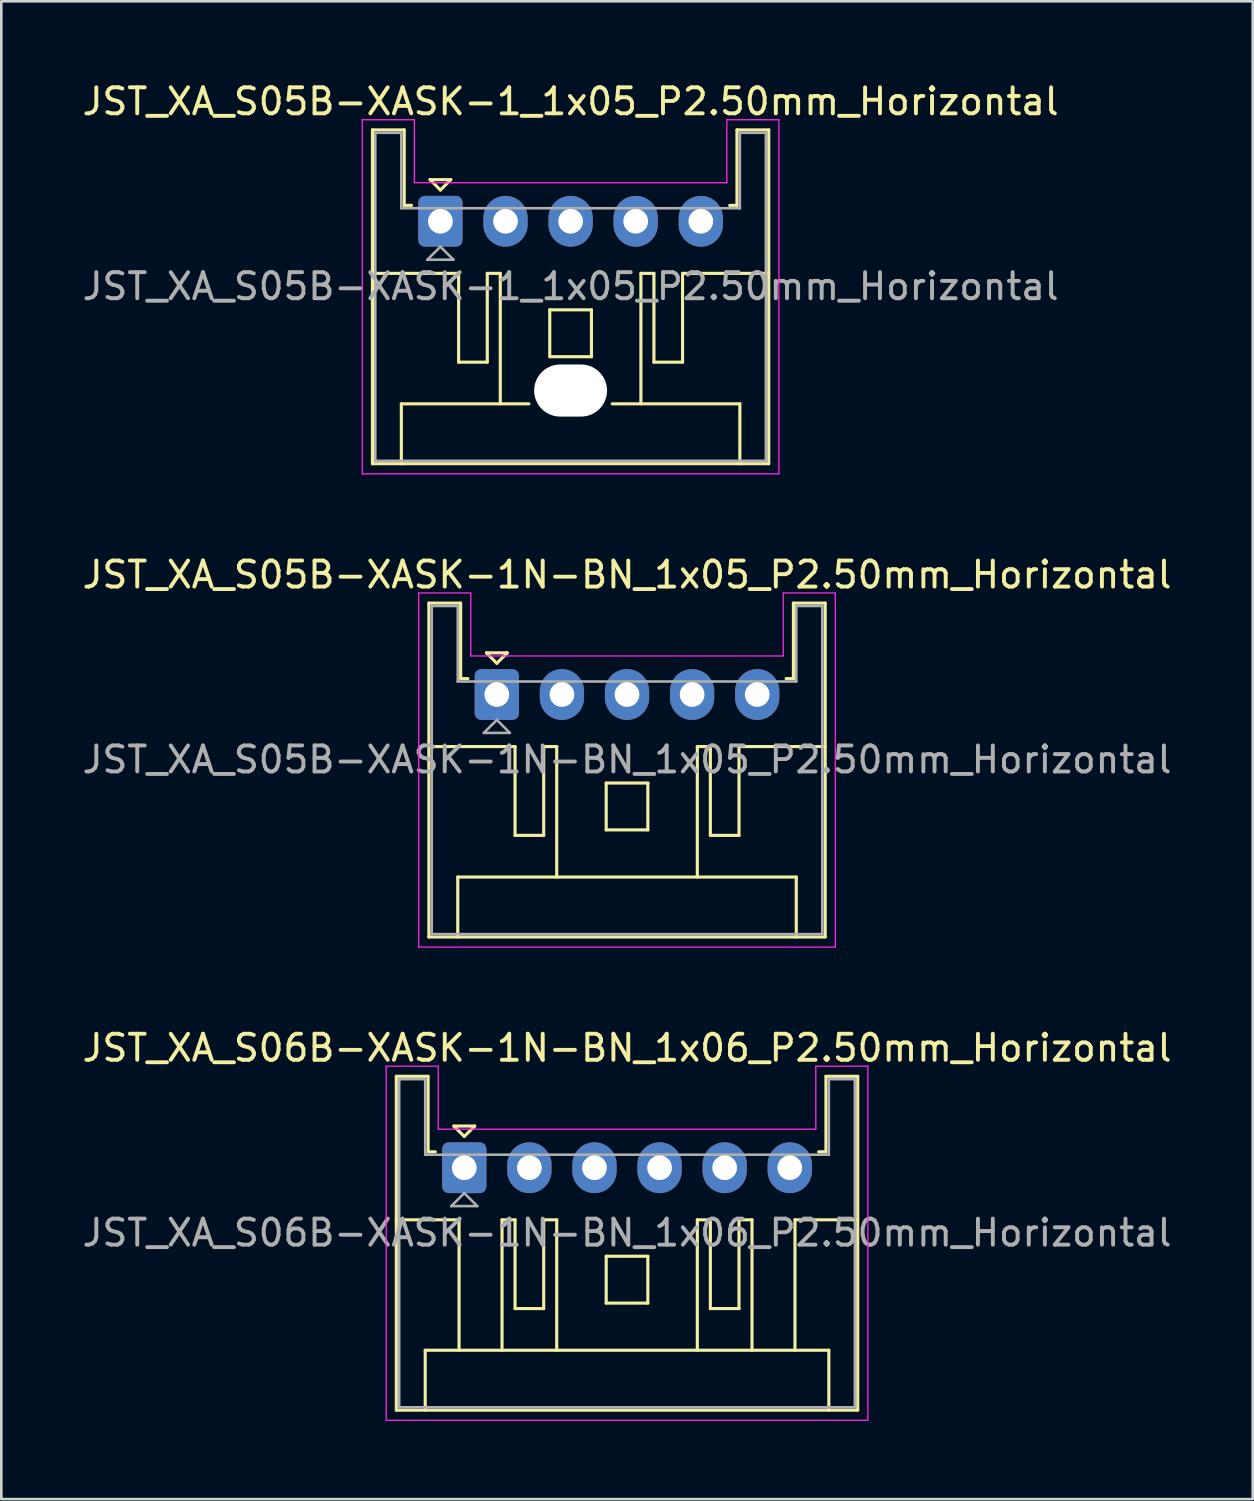
<source format=kicad_pcb>
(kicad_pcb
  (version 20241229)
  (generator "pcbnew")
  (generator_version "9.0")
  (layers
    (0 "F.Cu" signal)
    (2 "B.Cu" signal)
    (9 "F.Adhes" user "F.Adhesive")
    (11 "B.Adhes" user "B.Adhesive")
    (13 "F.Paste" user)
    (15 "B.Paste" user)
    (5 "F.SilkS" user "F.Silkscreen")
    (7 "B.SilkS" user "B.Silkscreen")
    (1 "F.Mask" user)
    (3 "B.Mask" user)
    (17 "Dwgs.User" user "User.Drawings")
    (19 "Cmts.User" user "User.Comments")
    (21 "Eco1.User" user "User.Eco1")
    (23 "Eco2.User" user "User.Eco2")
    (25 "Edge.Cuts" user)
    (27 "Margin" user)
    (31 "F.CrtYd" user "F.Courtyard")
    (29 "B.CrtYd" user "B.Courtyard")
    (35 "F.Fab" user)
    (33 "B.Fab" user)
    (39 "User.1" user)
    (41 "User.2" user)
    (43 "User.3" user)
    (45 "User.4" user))
  (footprint "JST_XA_S05B-XASK-1N-BN_1x05_P2.50mm_Horizontal"
    (layer "F.Cu")
    (at 16.03 23.622)
    (property "Reference" "JST_XA_S05B-XASK-1N-BN_1x05_P2.50mm_Horizontal" (at 5 -4.6 0) (layer "F.SilkS") (effects (font (size 1 1) (thickness 0.15))))
    (attr through_hole)
    (fp_line (start -2.61 -3.51) (end -2.61 9.31) (stroke (width 0.12) (type solid)) (layer "F.SilkS"))
    (fp_line (start -2.61 9.31) (end 12.61 9.31) (stroke (width 0.12) (type solid)) (layer "F.SilkS"))
    (fp_line (start -1.5 7.01) (end 11.5 7.01) (stroke (width 0.12) (type solid)) (layer "F.SilkS"))
    (fp_line (start -1.5 9.31) (end -1.5 7.01) (stroke (width 0.12) (type solid)) (layer "F.SilkS"))
    (fp_line (start -1.39 -3.51) (end -2.61 -3.51) (stroke (width 0.12) (type solid)) (layer "F.SilkS"))
    (fp_line (start -1.39 -0.61) (end -1.39 -3.51) (stroke (width 0.12) (type solid)) (layer "F.SilkS"))
    (fp_line (start -1.11 -0.61) (end -1.39 -0.61) (stroke (width 0.12) (type solid)) (layer "F.SilkS"))
    (fp_line (start -0.4 -1.6) (end 0.4 -1.6) (stroke (width 0.12) (type solid)) (layer "F.SilkS"))
    (fp_line (start 0 -1.2) (end -0.4 -1.6) (stroke (width 0.12) (type solid)) (layer "F.SilkS"))
    (fp_line (start 0.4 -1.6) (end 0 -1.2) (stroke (width 0.12) (type solid)) (layer "F.SilkS"))
    (fp_line (start 0.7 2) (end -2.61 2) (stroke (width 0.12) (type solid)) (layer "F.SilkS"))
    (fp_line (start 0.7 5.41) (end 0.7 2) (stroke (width 0.12) (type solid)) (layer "F.SilkS"))
    (fp_line (start 1.8 2) (end 1.8 5.41) (stroke (width 0.12) (type solid)) (layer "F.SilkS"))
    (fp_line (start 1.8 5.41) (end 0.7 5.41) (stroke (width 0.12) (type solid)) (layer "F.SilkS"))
    (fp_line (start 2.3 2) (end 1.8 2) (stroke (width 0.12) (type solid)) (layer "F.SilkS"))
    (fp_line (start 2.3 7.01) (end 2.3 2) (stroke (width 0.12) (type solid)) (layer "F.SilkS"))
    (fp_line (start 4.2 3.4) (end 5.8 3.4) (stroke (width 0.12) (type solid)) (layer "F.SilkS"))
    (fp_line (start 4.2 5.2) (end 4.2 3.4) (stroke (width 0.12) (type solid)) (layer "F.SilkS"))
    (fp_line (start 5.8 3.4) (end 5.8 5.2) (stroke (width 0.12) (type solid)) (layer "F.SilkS"))
    (fp_line (start 5.8 5.2) (end 4.2 5.2) (stroke (width 0.12) (type solid)) (layer "F.SilkS"))
    (fp_line (start 7.7 2) (end 8.2 2) (stroke (width 0.12) (type solid)) (layer "F.SilkS"))
    (fp_line (start 7.7 7.01) (end 7.7 2) (stroke (width 0.12) (type solid)) (layer "F.SilkS"))
    (fp_line (start 8.2 2) (end 8.2 5.41) (stroke (width 0.12) (type solid)) (layer "F.SilkS"))
    (fp_line (start 8.2 5.41) (end 9.3 5.41) (stroke (width 0.12) (type solid)) (layer "F.SilkS"))
    (fp_line (start 9.3 2) (end 12.61 2) (stroke (width 0.12) (type solid)) (layer "F.SilkS"))
    (fp_line (start 9.3 5.41) (end 9.3 2) (stroke (width 0.12) (type solid)) (layer "F.SilkS"))
    (fp_line (start 11.39 -3.51) (end 11.39 -0.61) (stroke (width 0.12) (type solid)) (layer "F.SilkS"))
    (fp_line (start 11.39 -0.61) (end 11.11 -0.61) (stroke (width 0.12) (type solid)) (layer "F.SilkS"))
    (fp_line (start 11.5 7.01) (end 11.5 9.31) (stroke (width 0.12) (type solid)) (layer "F.SilkS"))
    (fp_line (start 12.61 -3.51) (end 11.39 -3.51) (stroke (width 0.12) (type solid)) (layer "F.SilkS"))
    (fp_line (start 12.61 9.31) (end 12.61 -3.51) (stroke (width 0.12) (type solid)) (layer "F.SilkS"))
    (fp_line (start -3 -3.9) (end -3 9.7) (stroke (width 0.05) (type solid)) (layer "F.CrtYd"))
    (fp_line (start -3 9.7) (end 13 9.7) (stroke (width 0.05) (type solid)) (layer "F.CrtYd"))
    (fp_line (start -1 -3.9) (end -3 -3.9) (stroke (width 0.05) (type solid)) (layer "F.CrtYd"))
    (fp_line (start -1 -1.48) (end -1 -3.9) (stroke (width 0.05) (type solid)) (layer "F.CrtYd"))
    (fp_line (start 11 -3.9) (end 11 -1.48) (stroke (width 0.05) (type solid)) (layer "F.CrtYd"))
    (fp_line (start 11 -1.48) (end -1 -1.48) (stroke (width 0.05) (type solid)) (layer "F.CrtYd"))
    (fp_line (start 13 -3.9) (end 11 -3.9) (stroke (width 0.05) (type solid)) (layer "F.CrtYd"))
    (fp_line (start 13 9.7) (end 13 -3.9) (stroke (width 0.05) (type solid)) (layer "F.CrtYd"))
    (fp_line (start -2.5 -3.4) (end -2.5 9.2) (stroke (width 0.1) (type solid)) (layer "F.Fab"))
    (fp_line (start -2.5 9.2) (end 12.5 9.2) (stroke (width 0.1) (type solid)) (layer "F.Fab"))
    (fp_line (start -1.5 -3.4) (end -2.5 -3.4) (stroke (width 0.1) (type solid)) (layer "F.Fab"))
    (fp_line (start -1.5 -0.5) (end -1.5 -3.4) (stroke (width 0.1) (type solid)) (layer "F.Fab"))
    (fp_line (start -0.5 1.475) (end 0.5 1.475) (stroke (width 0.1) (type solid)) (layer "F.Fab"))
    (fp_line (start 0 0.975) (end -0.5 1.475) (stroke (width 0.1) (type solid)) (layer "F.Fab"))
    (fp_line (start 0.5 1.475) (end 0 0.975) (stroke (width 0.1) (type solid)) (layer "F.Fab"))
    (fp_line (start 11.5 -3.4) (end 11.5 -0.5) (stroke (width 0.1) (type solid)) (layer "F.Fab"))
    (fp_line (start 11.5 -0.5) (end -1.5 -0.5) (stroke (width 0.1) (type solid)) (layer "F.Fab"))
    (fp_line (start 12.5 -3.4) (end 11.5 -3.4) (stroke (width 0.1) (type solid)) (layer "F.Fab"))
    (fp_line (start 12.5 9.2) (end 12.5 -3.4) (stroke (width 0.1) (type solid)) (layer "F.Fab"))
    (fp_text user "${REFERENCE}" (at 5 2.5 0) (layer "F.Fab") (effects (font (size 1 1) (thickness 0.15))))
    (pad "1" thru_hole roundrect (at 0 0) (size 1.7 1.95) (drill 0.95) (layers "*.Cu" "*.Mask") (roundrect_rratio 0.147))
    (pad "2" thru_hole oval (at 2.5 0) (size 1.7 1.95) (drill 0.95) (layers "*.Cu" "*.Mask"))
    (pad "3" thru_hole oval (at 5 0) (size 1.7 1.95) (drill 0.95) (layers "*.Cu" "*.Mask"))
    (pad "4" thru_hole oval (at 7.5 0) (size 1.7 1.95) (drill 0.95) (layers "*.Cu" "*.Mask"))
    (pad "5" thru_hole oval (at 10 0) (size 1.7 1.95) (drill 0.95) (layers "*.Cu" "*.Mask")))
  (footprint "JST_XA_S06B-XASK-1N-BN_1x06_P2.50mm_Horizontal"
    (layer "F.Cu")
    (at 14.78 41.795)
    (property "Reference" "JST_XA_S06B-XASK-1N-BN_1x06_P2.50mm_Horizontal" (at 6.25 -4.6 0) (layer "F.SilkS") (effects (font (size 1 1) (thickness 0.15))))
    (attr through_hole)
    (fp_line (start -2.61 -3.51) (end -2.61 9.31) (stroke (width 0.12) (type solid)) (layer "F.SilkS"))
    (fp_line (start -2.61 9.31) (end 15.11 9.31) (stroke (width 0.12) (type solid)) (layer "F.SilkS"))
    (fp_line (start -1.5 7.01) (end 14 7.01) (stroke (width 0.12) (type solid)) (layer "F.SilkS"))
    (fp_line (start -1.5 9.31) (end -1.5 7.01) (stroke (width 0.12) (type solid)) (layer "F.SilkS"))
    (fp_line (start -1.39 -3.51) (end -2.61 -3.51) (stroke (width 0.12) (type solid)) (layer "F.SilkS"))
    (fp_line (start -1.39 -0.61) (end -1.39 -3.51) (stroke (width 0.12) (type solid)) (layer "F.SilkS"))
    (fp_line (start -1.11 -0.61) (end -1.39 -0.61) (stroke (width 0.12) (type solid)) (layer "F.SilkS"))
    (fp_line (start -0.4 -1.6) (end 0.4 -1.6) (stroke (width 0.12) (type solid)) (layer "F.SilkS"))
    (fp_line (start -0.2 2) (end -2.61 2) (stroke (width 0.12) (type solid)) (layer "F.SilkS"))
    (fp_line (start -0.2 7.01) (end -0.2 2) (stroke (width 0.12) (type solid)) (layer "F.SilkS"))
    (fp_line (start 0 -1.2) (end -0.4 -1.6) (stroke (width 0.12) (type solid)) (layer "F.SilkS"))
    (fp_line (start 0.4 -1.6) (end 0 -1.2) (stroke (width 0.12) (type solid)) (layer "F.SilkS"))
    (fp_line (start 1.45 2) (end 1.45 7.01) (stroke (width 0.12) (type solid)) (layer "F.SilkS"))
    (fp_line (start 1.95 2) (end 1.45 2) (stroke (width 0.12) (type solid)) (layer "F.SilkS"))
    (fp_line (start 1.95 5.41) (end 1.95 2) (stroke (width 0.12) (type solid)) (layer "F.SilkS"))
    (fp_line (start 3.05 2) (end 3.05 5.41) (stroke (width 0.12) (type solid)) (layer "F.SilkS"))
    (fp_line (start 3.05 5.41) (end 1.95 5.41) (stroke (width 0.12) (type solid)) (layer "F.SilkS"))
    (fp_line (start 3.55 2) (end 3.05 2) (stroke (width 0.12) (type solid)) (layer "F.SilkS"))
    (fp_line (start 3.55 7.01) (end 3.55 2) (stroke (width 0.12) (type solid)) (layer "F.SilkS"))
    (fp_line (start 5.45 3.4) (end 7.05 3.4) (stroke (width 0.12) (type solid)) (layer "F.SilkS"))
    (fp_line (start 5.45 5.2) (end 5.45 3.4) (stroke (width 0.12) (type solid)) (layer "F.SilkS"))
    (fp_line (start 7.05 3.4) (end 7.05 5.2) (stroke (width 0.12) (type solid)) (layer "F.SilkS"))
    (fp_line (start 7.05 5.2) (end 5.45 5.2) (stroke (width 0.12) (type solid)) (layer "F.SilkS"))
    (fp_line (start 8.95 2) (end 9.45 2) (stroke (width 0.12) (type solid)) (layer "F.SilkS"))
    (fp_line (start 8.95 7.01) (end 8.95 2) (stroke (width 0.12) (type solid)) (layer "F.SilkS"))
    (fp_line (start 9.45 2) (end 9.45 5.41) (stroke (width 0.12) (type solid)) (layer "F.SilkS"))
    (fp_line (start 9.45 5.41) (end 10.55 5.41) (stroke (width 0.12) (type solid)) (layer "F.SilkS"))
    (fp_line (start 10.55 2) (end 11.05 2) (stroke (width 0.12) (type solid)) (layer "F.SilkS"))
    (fp_line (start 10.55 5.41) (end 10.55 2) (stroke (width 0.12) (type solid)) (layer "F.SilkS"))
    (fp_line (start 11.05 2) (end 11.05 7.01) (stroke (width 0.12) (type solid)) (layer "F.SilkS"))
    (fp_line (start 12.7 2) (end 15.11 2) (stroke (width 0.12) (type solid)) (layer "F.SilkS"))
    (fp_line (start 12.7 7.01) (end 12.7 2) (stroke (width 0.12) (type solid)) (layer "F.SilkS"))
    (fp_line (start 13.89 -3.51) (end 13.89 -0.61) (stroke (width 0.12) (type solid)) (layer "F.SilkS"))
    (fp_line (start 13.89 -0.61) (end 13.61 -0.61) (stroke (width 0.12) (type solid)) (layer "F.SilkS"))
    (fp_line (start 14 7.01) (end 14 9.31) (stroke (width 0.12) (type solid)) (layer "F.SilkS"))
    (fp_line (start 15.11 -3.51) (end 13.89 -3.51) (stroke (width 0.12) (type solid)) (layer "F.SilkS"))
    (fp_line (start 15.11 9.31) (end 15.11 -3.51) (stroke (width 0.12) (type solid)) (layer "F.SilkS"))
    (fp_line (start -3 -3.9) (end -3 9.7) (stroke (width 0.05) (type solid)) (layer "F.CrtYd"))
    (fp_line (start -3 9.7) (end 15.5 9.7) (stroke (width 0.05) (type solid)) (layer "F.CrtYd"))
    (fp_line (start -1 -3.9) (end -3 -3.9) (stroke (width 0.05) (type solid)) (layer "F.CrtYd"))
    (fp_line (start -1 -1.48) (end -1 -3.9) (stroke (width 0.05) (type solid)) (layer "F.CrtYd"))
    (fp_line (start 13.5 -3.9) (end 13.5 -1.48) (stroke (width 0.05) (type solid)) (layer "F.CrtYd"))
    (fp_line (start 13.5 -1.48) (end -1 -1.48) (stroke (width 0.05) (type solid)) (layer "F.CrtYd"))
    (fp_line (start 15.5 -3.9) (end 13.5 -3.9) (stroke (width 0.05) (type solid)) (layer "F.CrtYd"))
    (fp_line (start 15.5 9.7) (end 15.5 -3.9) (stroke (width 0.05) (type solid)) (layer "F.CrtYd"))
    (fp_line (start -2.5 -3.4) (end -2.5 9.2) (stroke (width 0.1) (type solid)) (layer "F.Fab"))
    (fp_line (start -2.5 9.2) (end 15 9.2) (stroke (width 0.1) (type solid)) (layer "F.Fab"))
    (fp_line (start -1.5 -3.4) (end -2.5 -3.4) (stroke (width 0.1) (type solid)) (layer "F.Fab"))
    (fp_line (start -1.5 -0.5) (end -1.5 -3.4) (stroke (width 0.1) (type solid)) (layer "F.Fab"))
    (fp_line (start -0.5 1.475) (end 0.5 1.475) (stroke (width 0.1) (type solid)) (layer "F.Fab"))
    (fp_line (start 0 0.975) (end -0.5 1.475) (stroke (width 0.1) (type solid)) (layer "F.Fab"))
    (fp_line (start 0.5 1.475) (end 0 0.975) (stroke (width 0.1) (type solid)) (layer "F.Fab"))
    (fp_line (start 14 -3.4) (end 14 -0.5) (stroke (width 0.1) (type solid)) (layer "F.Fab"))
    (fp_line (start 14 -0.5) (end -1.5 -0.5) (stroke (width 0.1) (type solid)) (layer "F.Fab"))
    (fp_line (start 15 -3.4) (end 14 -3.4) (stroke (width 0.1) (type solid)) (layer "F.Fab"))
    (fp_line (start 15 9.2) (end 15 -3.4) (stroke (width 0.1) (type solid)) (layer "F.Fab"))
    (fp_text user "${REFERENCE}" (at 6.25 2.5 0) (layer "F.Fab") (effects (font (size 1 1) (thickness 0.15))))
    (pad "1" thru_hole roundrect (at 0 0) (size 1.7 1.95) (drill 0.95) (layers "*.Cu" "*.Mask") (roundrect_rratio 0.147))
    (pad "2" thru_hole oval (at 2.5 0) (size 1.7 1.95) (drill 0.95) (layers "*.Cu" "*.Mask"))
    (pad "3" thru_hole oval (at 5 0) (size 1.7 1.95) (drill 0.95) (layers "*.Cu" "*.Mask"))
    (pad "4" thru_hole oval (at 7.5 0) (size 1.7 1.95) (drill 0.95) (layers "*.Cu" "*.Mask"))
    (pad "5" thru_hole oval (at 10 0) (size 1.7 1.95) (drill 0.95) (layers "*.Cu" "*.Mask"))
    (pad "6" thru_hole oval (at 12.5 0) (size 1.7 1.95) (drill 0.95) (layers "*.Cu" "*.Mask")))
  (footprint "JST_XA_S05B-XASK-1_1x05_P2.50mm_Horizontal"
    (layer "F.Cu")
    (at 13.863 5.448)
    (property "Reference" "JST_XA_S05B-XASK-1_1x05_P2.50mm_Horizontal" (at 5 -4.6 0) (layer "F.SilkS") (effects (font (size 1 1) (thickness 0.15))))
    (attr through_hole)
    (fp_line (start -2.61 -3.51) (end -2.61 9.31) (stroke (width 0.12) (type solid)) (layer "F.SilkS"))
    (fp_line (start -2.61 9.31) (end 12.61 9.31) (stroke (width 0.12) (type solid)) (layer "F.SilkS"))
    (fp_line (start -1.5 7.01) (end 3.4 7.01) (stroke (width 0.12) (type solid)) (layer "F.SilkS"))
    (fp_line (start -1.5 9.31) (end -1.5 7.01) (stroke (width 0.12) (type solid)) (layer "F.SilkS"))
    (fp_line (start -1.39 -3.51) (end -2.61 -3.51) (stroke (width 0.12) (type solid)) (layer "F.SilkS"))
    (fp_line (start -1.39 -0.61) (end -1.39 -3.51) (stroke (width 0.12) (type solid)) (layer "F.SilkS"))
    (fp_line (start -1.11 -0.61) (end -1.39 -0.61) (stroke (width 0.12) (type solid)) (layer "F.SilkS"))
    (fp_line (start -0.4 -1.6) (end 0.4 -1.6) (stroke (width 0.12) (type solid)) (layer "F.SilkS"))
    (fp_line (start 0 -1.2) (end -0.4 -1.6) (stroke (width 0.12) (type solid)) (layer "F.SilkS"))
    (fp_line (start 0.4 -1.6) (end 0 -1.2) (stroke (width 0.12) (type solid)) (layer "F.SilkS"))
    (fp_line (start 0.7 2) (end -2.61 2) (stroke (width 0.12) (type solid)) (layer "F.SilkS"))
    (fp_line (start 0.7 5.41) (end 0.7 2) (stroke (width 0.12) (type solid)) (layer "F.SilkS"))
    (fp_line (start 1.8 2) (end 1.8 5.41) (stroke (width 0.12) (type solid)) (layer "F.SilkS"))
    (fp_line (start 1.8 5.41) (end 0.7 5.41) (stroke (width 0.12) (type solid)) (layer "F.SilkS"))
    (fp_line (start 2.3 2) (end 1.8 2) (stroke (width 0.12) (type solid)) (layer "F.SilkS"))
    (fp_line (start 2.3 7.01) (end 2.3 2) (stroke (width 0.12) (type solid)) (layer "F.SilkS"))
    (fp_line (start 4.2 3.4) (end 5.8 3.4) (stroke (width 0.12) (type solid)) (layer "F.SilkS"))
    (fp_line (start 4.2 5.2) (end 4.2 3.4) (stroke (width 0.12) (type solid)) (layer "F.SilkS"))
    (fp_line (start 5.8 3.4) (end 5.8 5.2) (stroke (width 0.12) (type solid)) (layer "F.SilkS"))
    (fp_line (start 5.8 5.2) (end 4.2 5.2) (stroke (width 0.12) (type solid)) (layer "F.SilkS"))
    (fp_line (start 6.6 7.01) (end 11.5 7.01) (stroke (width 0.12) (type solid)) (layer "F.SilkS"))
    (fp_line (start 7.7 2) (end 8.2 2) (stroke (width 0.12) (type solid)) (layer "F.SilkS"))
    (fp_line (start 7.7 7.01) (end 7.7 2) (stroke (width 0.12) (type solid)) (layer "F.SilkS"))
    (fp_line (start 8.2 2) (end 8.2 5.41) (stroke (width 0.12) (type solid)) (layer "F.SilkS"))
    (fp_line (start 8.2 5.41) (end 9.3 5.41) (stroke (width 0.12) (type solid)) (layer "F.SilkS"))
    (fp_line (start 9.3 2) (end 12.61 2) (stroke (width 0.12) (type solid)) (layer "F.SilkS"))
    (fp_line (start 9.3 5.41) (end 9.3 2) (stroke (width 0.12) (type solid)) (layer "F.SilkS"))
    (fp_line (start 11.39 -3.51) (end 11.39 -0.61) (stroke (width 0.12) (type solid)) (layer "F.SilkS"))
    (fp_line (start 11.39 -0.61) (end 11.11 -0.61) (stroke (width 0.12) (type solid)) (layer "F.SilkS"))
    (fp_line (start 11.5 7.01) (end 11.5 9.31) (stroke (width 0.12) (type solid)) (layer "F.SilkS"))
    (fp_line (start 12.61 -3.51) (end 11.39 -3.51) (stroke (width 0.12) (type solid)) (layer "F.SilkS"))
    (fp_line (start 12.61 9.31) (end 12.61 -3.51) (stroke (width 0.12) (type solid)) (layer "F.SilkS"))
    (fp_line (start -3 -3.9) (end -3 9.7) (stroke (width 0.05) (type solid)) (layer "F.CrtYd"))
    (fp_line (start -3 9.7) (end 13 9.7) (stroke (width 0.05) (type solid)) (layer "F.CrtYd"))
    (fp_line (start -1 -3.9) (end -3 -3.9) (stroke (width 0.05) (type solid)) (layer "F.CrtYd"))
    (fp_line (start -1 -1.48) (end -1 -3.9) (stroke (width 0.05) (type solid)) (layer "F.CrtYd"))
    (fp_line (start 11 -3.9) (end 11 -1.48) (stroke (width 0.05) (type solid)) (layer "F.CrtYd"))
    (fp_line (start 11 -1.48) (end -1 -1.48) (stroke (width 0.05) (type solid)) (layer "F.CrtYd"))
    (fp_line (start 13 -3.9) (end 11 -3.9) (stroke (width 0.05) (type solid)) (layer "F.CrtYd"))
    (fp_line (start 13 9.7) (end 13 -3.9) (stroke (width 0.05) (type solid)) (layer "F.CrtYd"))
    (fp_line (start -2.5 -3.4) (end -2.5 9.2) (stroke (width 0.1) (type solid)) (layer "F.Fab"))
    (fp_line (start -2.5 9.2) (end 12.5 9.2) (stroke (width 0.1) (type solid)) (layer "F.Fab"))
    (fp_line (start -1.5 -3.4) (end -2.5 -3.4) (stroke (width 0.1) (type solid)) (layer "F.Fab"))
    (fp_line (start -1.5 -0.5) (end -1.5 -3.4) (stroke (width 0.1) (type solid)) (layer "F.Fab"))
    (fp_line (start -0.5 1.475) (end 0.5 1.475) (stroke (width 0.1) (type solid)) (layer "F.Fab"))
    (fp_line (start 0 0.975) (end -0.5 1.475) (stroke (width 0.1) (type solid)) (layer "F.Fab"))
    (fp_line (start 0.5 1.475) (end 0 0.975) (stroke (width 0.1) (type solid)) (layer "F.Fab"))
    (fp_line (start 11.5 -3.4) (end 11.5 -0.5) (stroke (width 0.1) (type solid)) (layer "F.Fab"))
    (fp_line (start 11.5 -0.5) (end -1.5 -0.5) (stroke (width 0.1) (type solid)) (layer "F.Fab"))
    (fp_line (start 12.5 -3.4) (end 11.5 -3.4) (stroke (width 0.1) (type solid)) (layer "F.Fab"))
    (fp_line (start 12.5 9.2) (end 12.5 -3.4) (stroke (width 0.1) (type solid)) (layer "F.Fab"))
    (fp_text user "${REFERENCE}" (at 5 2.5 0) (layer "F.Fab") (effects (font (size 1 1) (thickness 0.15))))
    (pad "" np_thru_hole oval (at 5 6.5) (size 2.8 2) (drill oval 2.8 2) (layers "*.Cu" "*.Mask"))
    (pad "1" thru_hole roundrect (at 0 0) (size 1.7 1.95) (drill 0.95) (layers "*.Cu" "*.Mask") (roundrect_rratio 0.147))
    (pad "2" thru_hole oval (at 2.5 0) (size 1.7 1.95) (drill 0.95) (layers "*.Cu" "*.Mask"))
    (pad "3" thru_hole oval (at 5 0) (size 1.7 1.95) (drill 0.95) (layers "*.Cu" "*.Mask"))
    (pad "4" thru_hole oval (at 7.5 0) (size 1.7 1.95) (drill 0.95) (layers "*.Cu" "*.Mask"))
    (pad "5" thru_hole oval (at 10 0) (size 1.7 1.95) (drill 0.95) (layers "*.Cu" "*.Mask")))
  (gr_rect
    (start -3 -3)
    (end 45.06 54.52)
    (stroke (width 0.1) (type default))
    (fill no)
    (layer "Edge.Cuts")))
</source>
